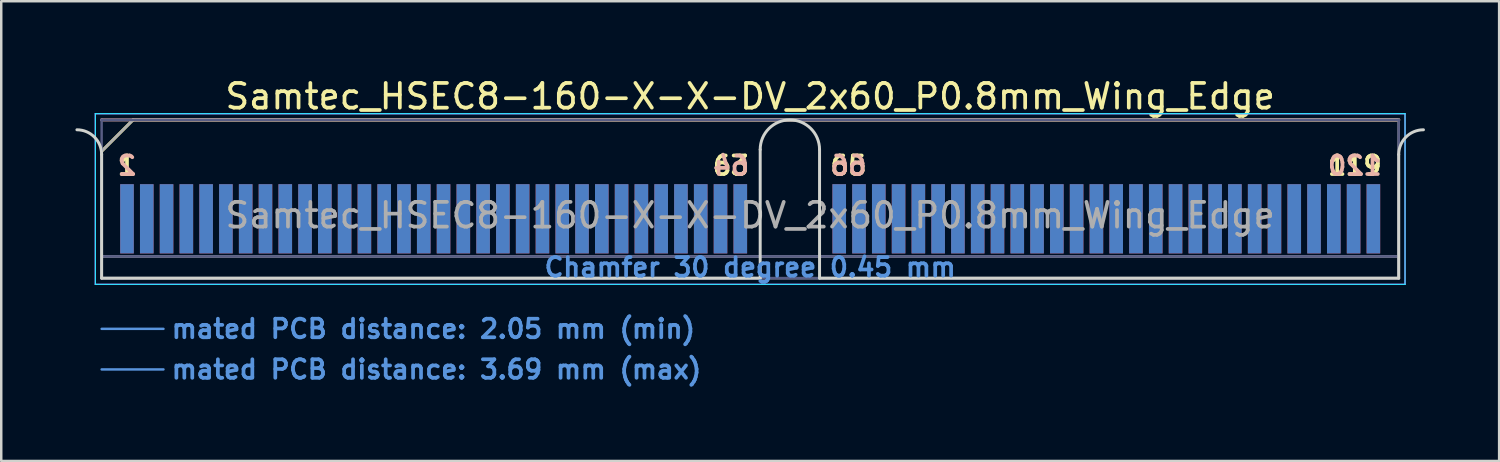
<source format=kicad_pcb>
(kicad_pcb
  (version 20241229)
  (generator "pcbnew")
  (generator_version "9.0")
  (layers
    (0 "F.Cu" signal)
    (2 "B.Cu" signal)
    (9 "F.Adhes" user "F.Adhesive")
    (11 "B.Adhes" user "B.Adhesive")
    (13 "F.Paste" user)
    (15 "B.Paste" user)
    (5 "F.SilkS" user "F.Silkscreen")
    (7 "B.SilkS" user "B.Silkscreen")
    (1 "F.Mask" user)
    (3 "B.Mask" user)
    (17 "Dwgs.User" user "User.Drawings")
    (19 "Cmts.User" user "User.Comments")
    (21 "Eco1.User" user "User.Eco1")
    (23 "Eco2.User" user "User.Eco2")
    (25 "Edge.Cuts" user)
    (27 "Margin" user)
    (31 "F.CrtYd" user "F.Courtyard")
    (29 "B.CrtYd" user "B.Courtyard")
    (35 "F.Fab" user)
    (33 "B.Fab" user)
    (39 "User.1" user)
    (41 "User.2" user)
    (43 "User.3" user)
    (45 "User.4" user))
  (footprint "Samtec_HSEC8-160-X-X-DV_2x60_P0.8mm_Wing_Edge"
    (layer "F.Cu")
    (at 27.285 8.198)
    (property "Reference" "Samtec_HSEC8-160-X-X-DV_2x60_P0.8mm_Wing_Edge" (at 0 -7.35 0) (layer "F.SilkS") (effects (font (size 1 1) (thickness 0.15))))
    (attr exclude_from_pos_files exclude_from_bom)
    (fp_line (start -26.225 -5.13) (end -24.955 -6.4) (stroke (width 0.12) (type solid)) (layer "F.SilkS"))
    (fp_line (start -24.955 -6.4) (end 26.225 -6.4) (stroke (width 0.12) (type solid)) (layer "F.SilkS"))
    (fp_line (start -26.225 -6.4) (end -26.225 -6.4) (stroke (width 0.12) (type solid)) (layer "B.SilkS"))
    (fp_line (start -26.225 -6.4) (end 26.225 -6.4) (stroke (width 0.12) (type solid)) (layer "B.SilkS"))
    (fp_line (start -26.225 2.05) (end -23.725 2.05) (stroke (width 0.1) (type solid)) (layer "Cmts.User"))
    (fp_line (start -26.225 3.69) (end -23.725 3.69) (stroke (width 0.1) (type solid)) (layer "Cmts.User"))
    (fp_line (start -26.225 -5) (end -26.225 0) (stroke (width 0.12) (type solid)) (layer "Edge.Cuts"))
    (fp_line (start -26.225 0) (end 0.405 0) (stroke (width 0.12) (type solid)) (layer "Edge.Cuts"))
    (fp_line (start 0.405 0) (end 0.405 -5.2) (stroke (width 0.12) (type solid)) (layer "Edge.Cuts"))
    (fp_line (start 2.805 -5.2) (end 2.805 0) (stroke (width 0.12) (type solid)) (layer "Edge.Cuts"))
    (fp_line (start 2.805 0) (end 26.225 0) (stroke (width 0.12) (type solid)) (layer "Edge.Cuts"))
    (fp_line (start 26.225 0) (end 26.225 -5) (stroke (width 0.12) (type solid)) (layer "Edge.Cuts"))
    (fp_arc (start -27.225 -6) (mid -26.517893 -5.707107) (end -26.225 -5) (stroke (width 0.12) (type solid)) (layer "Edge.Cuts"))
    (fp_arc (start 0.405 -5.2) (mid 1.605 -6.4) (end 2.805 -5.2) (stroke (width 0.12) (type solid)) (layer "Edge.Cuts"))
    (fp_arc (start 26.225 -5) (mid 26.517893 -5.707107) (end 27.225 -6) (stroke (width 0.12) (type solid)) (layer "Edge.Cuts"))
    (fp_line (start -26.48 -6.65) (end -26.48 0.25) (stroke (width 0.05) (type solid)) (layer "B.CrtYd"))
    (fp_line (start -26.48 0.25) (end 26.48 0.25) (stroke (width 0.05) (type solid)) (layer "B.CrtYd"))
    (fp_line (start 26.48 -6.65) (end -26.48 -6.65) (stroke (width 0.05) (type solid)) (layer "B.CrtYd"))
    (fp_line (start 26.48 0.25) (end 26.48 -6.65) (stroke (width 0.05) (type solid)) (layer "B.CrtYd"))
    (fp_line (start -26.48 -6.65) (end -26.48 0.25) (stroke (width 0.05) (type solid)) (layer "F.CrtYd"))
    (fp_line (start -26.48 0.25) (end 26.48 0.25) (stroke (width 0.05) (type solid)) (layer "F.CrtYd"))
    (fp_line (start 26.48 -6.65) (end -26.48 -6.65) (stroke (width 0.05) (type solid)) (layer "F.CrtYd"))
    (fp_line (start 26.48 0.25) (end 26.48 -6.65) (stroke (width 0.05) (type solid)) (layer "F.CrtYd"))
    (fp_line (start -26.225 -6.4) (end -26.225 -6.4) (stroke (width 0.1) (type solid)) (layer "B.Fab"))
    (fp_line (start -26.225 -6.4) (end -26.225 0) (stroke (width 0.1) (type solid)) (layer "B.Fab"))
    (fp_line (start -26.225 -6.4) (end 26.225 -6.4) (stroke (width 0.1) (type solid)) (layer "B.Fab"))
    (fp_line (start -26.225 -0.88) (end 26.225 -0.88) (stroke (width 0.1) (type solid)) (layer "B.Fab"))
    (fp_line (start -26.225 0) (end 26.225 0) (stroke (width 0.1) (type solid)) (layer "B.Fab"))
    (fp_line (start 26.225 -6.4) (end 26.225 0) (stroke (width 0.1) (type solid)) (layer "B.Fab"))
    (fp_line (start -26.225 -5.13) (end -26.225 0) (stroke (width 0.1) (type solid)) (layer "F.Fab"))
    (fp_line (start -26.225 -5.13) (end -24.955 -6.4) (stroke (width 0.1) (type solid)) (layer "F.Fab"))
    (fp_line (start -26.225 -0.88) (end 26.225 -0.88) (stroke (width 0.1) (type solid)) (layer "F.Fab"))
    (fp_line (start -26.225 0) (end 26.225 0) (stroke (width 0.1) (type solid)) (layer "F.Fab"))
    (fp_line (start -24.955 -6.4) (end 26.225 -6.4) (stroke (width 0.1) (type solid)) (layer "F.Fab"))
    (fp_line (start 26.225 -6.4) (end 26.225 0) (stroke (width 0.1) (type solid)) (layer "F.Fab"))
    (fp_text user "65" (at 3.975 -4.55 0) (layer "F.SilkS") (effects (font (size 0.75 0.75) (thickness 0.15))))
    (fp_text user "63" (at -0.775 -4.55 0) (layer "F.SilkS") (effects (font (size 0.75 0.75) (thickness 0.15))))
    (fp_text user "119" (at 24.45 -4.55 0) (layer "F.SilkS") (effects (font (size 0.75 0.75) (thickness 0.15))))
    (fp_text user "1" (at -25.2 -4.55 0) (layer "F.SilkS") (effects (font (size 0.75 0.75) (thickness 0.15))))
    (fp_text user "120" (at 24.45 -4.55 0) (layer "B.SilkS") (effects (font (size 0.75 0.75) (thickness 0.15)) (justify mirror)))
    (fp_text user "2" (at -25.2 -4.55 0) (layer "B.SilkS") (effects (font (size 0.75 0.75) (thickness 0.15)) (justify mirror)))
    (fp_text user "66" (at 3.975 -4.55 0) (layer "B.SilkS") (effects (font (size 0.75 0.75) (thickness 0.15)) (justify mirror)))
    (fp_text user "64" (at -0.775 -4.55 0) (layer "B.SilkS") (effects (font (size 0.75 0.75) (thickness 0.15)) (justify mirror)))
    (fp_text user "mated PCB distance: 2.05 mm (min)" (at -23.48 2.05 0) (layer "Cmts.User") (effects (font (size 0.75 0.75) (thickness 0.15)) (justify left)))
    (fp_text user "mated PCB distance: 3.69 mm (max)" (at -23.48 3.69 0) (layer "Cmts.User") (effects (font (size 0.75 0.75) (thickness 0.15)) (justify left)))
    (fp_text user "Chamfer 30 degree 0.45 mm" (at 0 -0.44 0) (layer "Cmts.User") (effects (font (size 0.75 0.75) (thickness 0.15))))
    (fp_text user "${REFERENCE}" (at 0 -2.54 0) (layer "F.Fab") (effects (font (size 1 1) (thickness 0.15))))
    (pad "1" connect rect (at -25.2 -2.4) (size 0.55 2.8) (layers "F.Cu" "F.Mask"))
    (pad "2" connect rect (at -25.2 -2.4) (size 0.55 2.8) (layers "B.Cu" "B.Mask"))
    (pad "3" connect rect (at -24.4 -2.4) (size 0.55 2.8) (layers "F.Cu" "F.Mask"))
    (pad "4" connect rect (at -24.4 -2.4) (size 0.55 2.8) (layers "B.Cu" "B.Mask"))
    (pad "5" connect rect (at -23.6 -2.4) (size 0.55 2.8) (layers "F.Cu" "F.Mask"))
    (pad "6" connect rect (at -23.6 -2.4) (size 0.55 2.8) (layers "B.Cu" "B.Mask"))
    (pad "7" connect rect (at -22.8 -2.4) (size 0.55 2.8) (layers "F.Cu" "F.Mask"))
    (pad "8" connect rect (at -22.8 -2.4) (size 0.55 2.8) (layers "B.Cu" "B.Mask"))
    (pad "9" connect rect (at -22 -2.4) (size 0.55 2.8) (layers "F.Cu" "F.Mask"))
    (pad "10" connect rect (at -22 -2.4) (size 0.55 2.8) (layers "B.Cu" "B.Mask"))
    (pad "11" connect rect (at -21.2 -2.4) (size 0.55 2.8) (layers "F.Cu" "F.Mask"))
    (pad "12" connect rect (at -21.2 -2.4) (size 0.55 2.8) (layers "B.Cu" "B.Mask"))
    (pad "13" connect rect (at -20.4 -2.4) (size 0.55 2.8) (layers "F.Cu" "F.Mask"))
    (pad "14" connect rect (at -20.4 -2.4) (size 0.55 2.8) (layers "B.Cu" "B.Mask"))
    (pad "15" connect rect (at -19.6 -2.4) (size 0.55 2.8) (layers "F.Cu" "F.Mask"))
    (pad "16" connect rect (at -19.6 -2.4) (size 0.55 2.8) (layers "B.Cu" "B.Mask"))
    (pad "17" connect rect (at -18.8 -2.4) (size 0.55 2.8) (layers "F.Cu" "F.Mask"))
    (pad "18" connect rect (at -18.8 -2.4) (size 0.55 2.8) (layers "B.Cu" "B.Mask"))
    (pad "19" connect rect (at -18 -2.4) (size 0.55 2.8) (layers "F.Cu" "F.Mask"))
    (pad "20" connect rect (at -18 -2.4) (size 0.55 2.8) (layers "B.Cu" "B.Mask"))
    (pad "21" connect rect (at -17.2 -2.4) (size 0.55 2.8) (layers "F.Cu" "F.Mask"))
    (pad "22" connect rect (at -17.2 -2.4) (size 0.55 2.8) (layers "B.Cu" "B.Mask"))
    (pad "23" connect rect (at -16.4 -2.4) (size 0.55 2.8) (layers "F.Cu" "F.Mask"))
    (pad "24" connect rect (at -16.4 -2.4) (size 0.55 2.8) (layers "B.Cu" "B.Mask"))
    (pad "25" connect rect (at -15.6 -2.4) (size 0.55 2.8) (layers "F.Cu" "F.Mask"))
    (pad "26" connect rect (at -15.6 -2.4) (size 0.55 2.8) (layers "B.Cu" "B.Mask"))
    (pad "27" connect rect (at -14.8 -2.4) (size 0.55 2.8) (layers "F.Cu" "F.Mask"))
    (pad "28" connect rect (at -14.8 -2.4) (size 0.55 2.8) (layers "B.Cu" "B.Mask"))
    (pad "29" connect rect (at -14 -2.4) (size 0.55 2.8) (layers "F.Cu" "F.Mask"))
    (pad "30" connect rect (at -14 -2.4) (size 0.55 2.8) (layers "B.Cu" "B.Mask"))
    (pad "31" connect rect (at -13.2 -2.4) (size 0.55 2.8) (layers "F.Cu" "F.Mask"))
    (pad "32" connect rect (at -13.2 -2.4) (size 0.55 2.8) (layers "B.Cu" "B.Mask"))
    (pad "33" connect rect (at -12.4 -2.4) (size 0.55 2.8) (layers "F.Cu" "F.Mask"))
    (pad "34" connect rect (at -12.4 -2.4) (size 0.55 2.8) (layers "B.Cu" "B.Mask"))
    (pad "35" connect rect (at -11.6 -2.4) (size 0.55 2.8) (layers "F.Cu" "F.Mask"))
    (pad "36" connect rect (at -11.6 -2.4) (size 0.55 2.8) (layers "B.Cu" "B.Mask"))
    (pad "37" connect rect (at -10.8 -2.4) (size 0.55 2.8) (layers "F.Cu" "F.Mask"))
    (pad "38" connect rect (at -10.8 -2.4) (size 0.55 2.8) (layers "B.Cu" "B.Mask"))
    (pad "39" connect rect (at -10 -2.4) (size 0.55 2.8) (layers "F.Cu" "F.Mask"))
    (pad "40" connect rect (at -10 -2.4) (size 0.55 2.8) (layers "B.Cu" "B.Mask"))
    (pad "41" connect rect (at -9.2 -2.4) (size 0.55 2.8) (layers "F.Cu" "F.Mask"))
    (pad "42" connect rect (at -9.2 -2.4) (size 0.55 2.8) (layers "B.Cu" "B.Mask"))
    (pad "43" connect rect (at -8.4 -2.4) (size 0.55 2.8) (layers "F.Cu" "F.Mask"))
    (pad "44" connect rect (at -8.4 -2.4) (size 0.55 2.8) (layers "B.Cu" "B.Mask"))
    (pad "45" connect rect (at -7.6 -2.4) (size 0.55 2.8) (layers "F.Cu" "F.Mask"))
    (pad "46" connect rect (at -7.6 -2.4) (size 0.55 2.8) (layers "B.Cu" "B.Mask"))
    (pad "47" connect rect (at -6.8 -2.4) (size 0.55 2.8) (layers "F.Cu" "F.Mask"))
    (pad "48" connect rect (at -6.8 -2.4) (size 0.55 2.8) (layers "B.Cu" "B.Mask"))
    (pad "49" connect rect (at -6 -2.4) (size 0.55 2.8) (layers "F.Cu" "F.Mask"))
    (pad "50" connect rect (at -6 -2.4) (size 0.55 2.8) (layers "B.Cu" "B.Mask"))
    (pad "51" connect rect (at -5.2 -2.4) (size 0.55 2.8) (layers "F.Cu" "F.Mask"))
    (pad "52" connect rect (at -5.2 -2.4) (size 0.55 2.8) (layers "B.Cu" "B.Mask"))
    (pad "53" connect rect (at -4.4 -2.4) (size 0.55 2.8) (layers "F.Cu" "F.Mask"))
    (pad "54" connect rect (at -4.4 -2.4) (size 0.55 2.8) (layers "B.Cu" "B.Mask"))
    (pad "55" connect rect (at -3.6 -2.4) (size 0.55 2.8) (layers "F.Cu" "F.Mask"))
    (pad "56" connect rect (at -3.6 -2.4) (size 0.55 2.8) (layers "B.Cu" "B.Mask"))
    (pad "57" connect rect (at -2.8 -2.4) (size 0.55 2.8) (layers "F.Cu" "F.Mask"))
    (pad "58" connect rect (at -2.8 -2.4) (size 0.55 2.8) (layers "B.Cu" "B.Mask"))
    (pad "59" connect rect (at -2 -2.4) (size 0.55 2.8) (layers "F.Cu" "F.Mask"))
    (pad "60" connect rect (at -2 -2.4) (size 0.55 2.8) (layers "B.Cu" "B.Mask"))
    (pad "61" connect rect (at -1.2 -2.4) (size 0.55 2.8) (layers "F.Cu" "F.Mask"))
    (pad "62" connect rect (at -1.2 -2.4) (size 0.55 2.8) (layers "B.Cu" "B.Mask"))
    (pad "63" connect rect (at -0.4 -2.4) (size 0.55 2.8) (layers "F.Cu" "F.Mask"))
    (pad "64" connect rect (at -0.4 -2.4) (size 0.55 2.8) (layers "B.Cu" "B.Mask"))
    (pad "65" connect rect (at 3.6 -2.4) (size 0.55 2.8) (layers "F.Cu" "F.Mask"))
    (pad "66" connect rect (at 3.6 -2.4) (size 0.55 2.8) (layers "B.Cu" "B.Mask"))
    (pad "67" connect rect (at 4.4 -2.4) (size 0.55 2.8) (layers "F.Cu" "F.Mask"))
    (pad "68" connect rect (at 4.4 -2.4) (size 0.55 2.8) (layers "B.Cu" "B.Mask"))
    (pad "69" connect rect (at 5.2 -2.4) (size 0.55 2.8) (layers "F.Cu" "F.Mask"))
    (pad "70" connect rect (at 5.2 -2.4) (size 0.55 2.8) (layers "B.Cu" "B.Mask"))
    (pad "71" connect rect (at 6 -2.4) (size 0.55 2.8) (layers "F.Cu" "F.Mask"))
    (pad "72" connect rect (at 6 -2.4) (size 0.55 2.8) (layers "B.Cu" "B.Mask"))
    (pad "73" connect rect (at 6.8 -2.4) (size 0.55 2.8) (layers "F.Cu" "F.Mask"))
    (pad "74" connect rect (at 6.8 -2.4) (size 0.55 2.8) (layers "B.Cu" "B.Mask"))
    (pad "75" connect rect (at 7.6 -2.4) (size 0.55 2.8) (layers "F.Cu" "F.Mask"))
    (pad "76" connect rect (at 7.6 -2.4) (size 0.55 2.8) (layers "B.Cu" "B.Mask"))
    (pad "77" connect rect (at 8.4 -2.4) (size 0.55 2.8) (layers "F.Cu" "F.Mask"))
    (pad "78" connect rect (at 8.4 -2.4) (size 0.55 2.8) (layers "B.Cu" "B.Mask"))
    (pad "79" connect rect (at 9.2 -2.4) (size 0.55 2.8) (layers "F.Cu" "F.Mask"))
    (pad "80" connect rect (at 9.2 -2.4) (size 0.55 2.8) (layers "B.Cu" "B.Mask"))
    (pad "81" connect rect (at 10 -2.4) (size 0.55 2.8) (layers "F.Cu" "F.Mask"))
    (pad "82" connect rect (at 10 -2.4) (size 0.55 2.8) (layers "B.Cu" "B.Mask"))
    (pad "83" connect rect (at 10.8 -2.4) (size 0.55 2.8) (layers "F.Cu" "F.Mask"))
    (pad "84" connect rect (at 10.8 -2.4) (size 0.55 2.8) (layers "B.Cu" "B.Mask"))
    (pad "85" connect rect (at 11.6 -2.4) (size 0.55 2.8) (layers "F.Cu" "F.Mask"))
    (pad "86" connect rect (at 11.6 -2.4) (size 0.55 2.8) (layers "B.Cu" "B.Mask"))
    (pad "87" connect rect (at 12.4 -2.4) (size 0.55 2.8) (layers "F.Cu" "F.Mask"))
    (pad "88" connect rect (at 12.4 -2.4) (size 0.55 2.8) (layers "B.Cu" "B.Mask"))
    (pad "89" connect rect (at 13.2 -2.4) (size 0.55 2.8) (layers "F.Cu" "F.Mask"))
    (pad "90" connect rect (at 13.2 -2.4) (size 0.55 2.8) (layers "B.Cu" "B.Mask"))
    (pad "91" connect rect (at 14 -2.4) (size 0.55 2.8) (layers "F.Cu" "F.Mask"))
    (pad "92" connect rect (at 14 -2.4) (size 0.55 2.8) (layers "B.Cu" "B.Mask"))
    (pad "93" connect rect (at 14.8 -2.4) (size 0.55 2.8) (layers "F.Cu" "F.Mask"))
    (pad "94" connect rect (at 14.8 -2.4) (size 0.55 2.8) (layers "B.Cu" "B.Mask"))
    (pad "95" connect rect (at 15.6 -2.4) (size 0.55 2.8) (layers "F.Cu" "F.Mask"))
    (pad "96" connect rect (at 15.6 -2.4) (size 0.55 2.8) (layers "B.Cu" "B.Mask"))
    (pad "97" connect rect (at 16.4 -2.4) (size 0.55 2.8) (layers "F.Cu" "F.Mask"))
    (pad "98" connect rect (at 16.4 -2.4) (size 0.55 2.8) (layers "B.Cu" "B.Mask"))
    (pad "99" connect rect (at 17.2 -2.4) (size 0.55 2.8) (layers "F.Cu" "F.Mask"))
    (pad "100" connect rect (at 17.2 -2.4) (size 0.55 2.8) (layers "B.Cu" "B.Mask"))
    (pad "101" connect rect (at 18 -2.4) (size 0.55 2.8) (layers "F.Cu" "F.Mask"))
    (pad "102" connect rect (at 18 -2.4) (size 0.55 2.8) (layers "B.Cu" "B.Mask"))
    (pad "103" connect rect (at 18.8 -2.4) (size 0.55 2.8) (layers "F.Cu" "F.Mask"))
    (pad "104" connect rect (at 18.8 -2.4) (size 0.55 2.8) (layers "B.Cu" "B.Mask"))
    (pad "105" connect rect (at 19.6 -2.4) (size 0.55 2.8) (layers "F.Cu" "F.Mask"))
    (pad "106" connect rect (at 19.6 -2.4) (size 0.55 2.8) (layers "B.Cu" "B.Mask"))
    (pad "107" connect rect (at 20.4 -2.4) (size 0.55 2.8) (layers "F.Cu" "F.Mask"))
    (pad "108" connect rect (at 20.4 -2.4) (size 0.55 2.8) (layers "B.Cu" "B.Mask"))
    (pad "109" connect rect (at 21.2 -2.4) (size 0.55 2.8) (layers "F.Cu" "F.Mask"))
    (pad "110" connect rect (at 21.2 -2.4) (size 0.55 2.8) (layers "B.Cu" "B.Mask"))
    (pad "111" connect rect (at 22 -2.4) (size 0.55 2.8) (layers "F.Cu" "F.Mask"))
    (pad "112" connect rect (at 22 -2.4) (size 0.55 2.8) (layers "B.Cu" "B.Mask"))
    (pad "113" connect rect (at 22.8 -2.4) (size 0.55 2.8) (layers "F.Cu" "F.Mask"))
    (pad "114" connect rect (at 22.8 -2.4) (size 0.55 2.8) (layers "B.Cu" "B.Mask"))
    (pad "115" connect rect (at 23.6 -2.4) (size 0.55 2.8) (layers "F.Cu" "F.Mask"))
    (pad "116" connect rect (at 23.6 -2.4) (size 0.55 2.8) (layers "B.Cu" "B.Mask"))
    (pad "117" connect rect (at 24.4 -2.4) (size 0.55 2.8) (layers "F.Cu" "F.Mask"))
    (pad "118" connect rect (at 24.4 -2.4) (size 0.55 2.8) (layers "B.Cu" "B.Mask"))
    (pad "119" connect rect (at 25.2 -2.4) (size 0.55 2.8) (layers "F.Cu" "F.Mask"))
    (pad "120" connect rect (at 25.2 -2.4) (size 0.55 2.8) (layers "B.Cu" "B.Mask")))
  (gr_rect
    (start -3 -3)
    (end 57.57 15.59)
    (stroke (width 0.1) (type default))
    (fill no)
    (layer "Edge.Cuts")))
</source>
